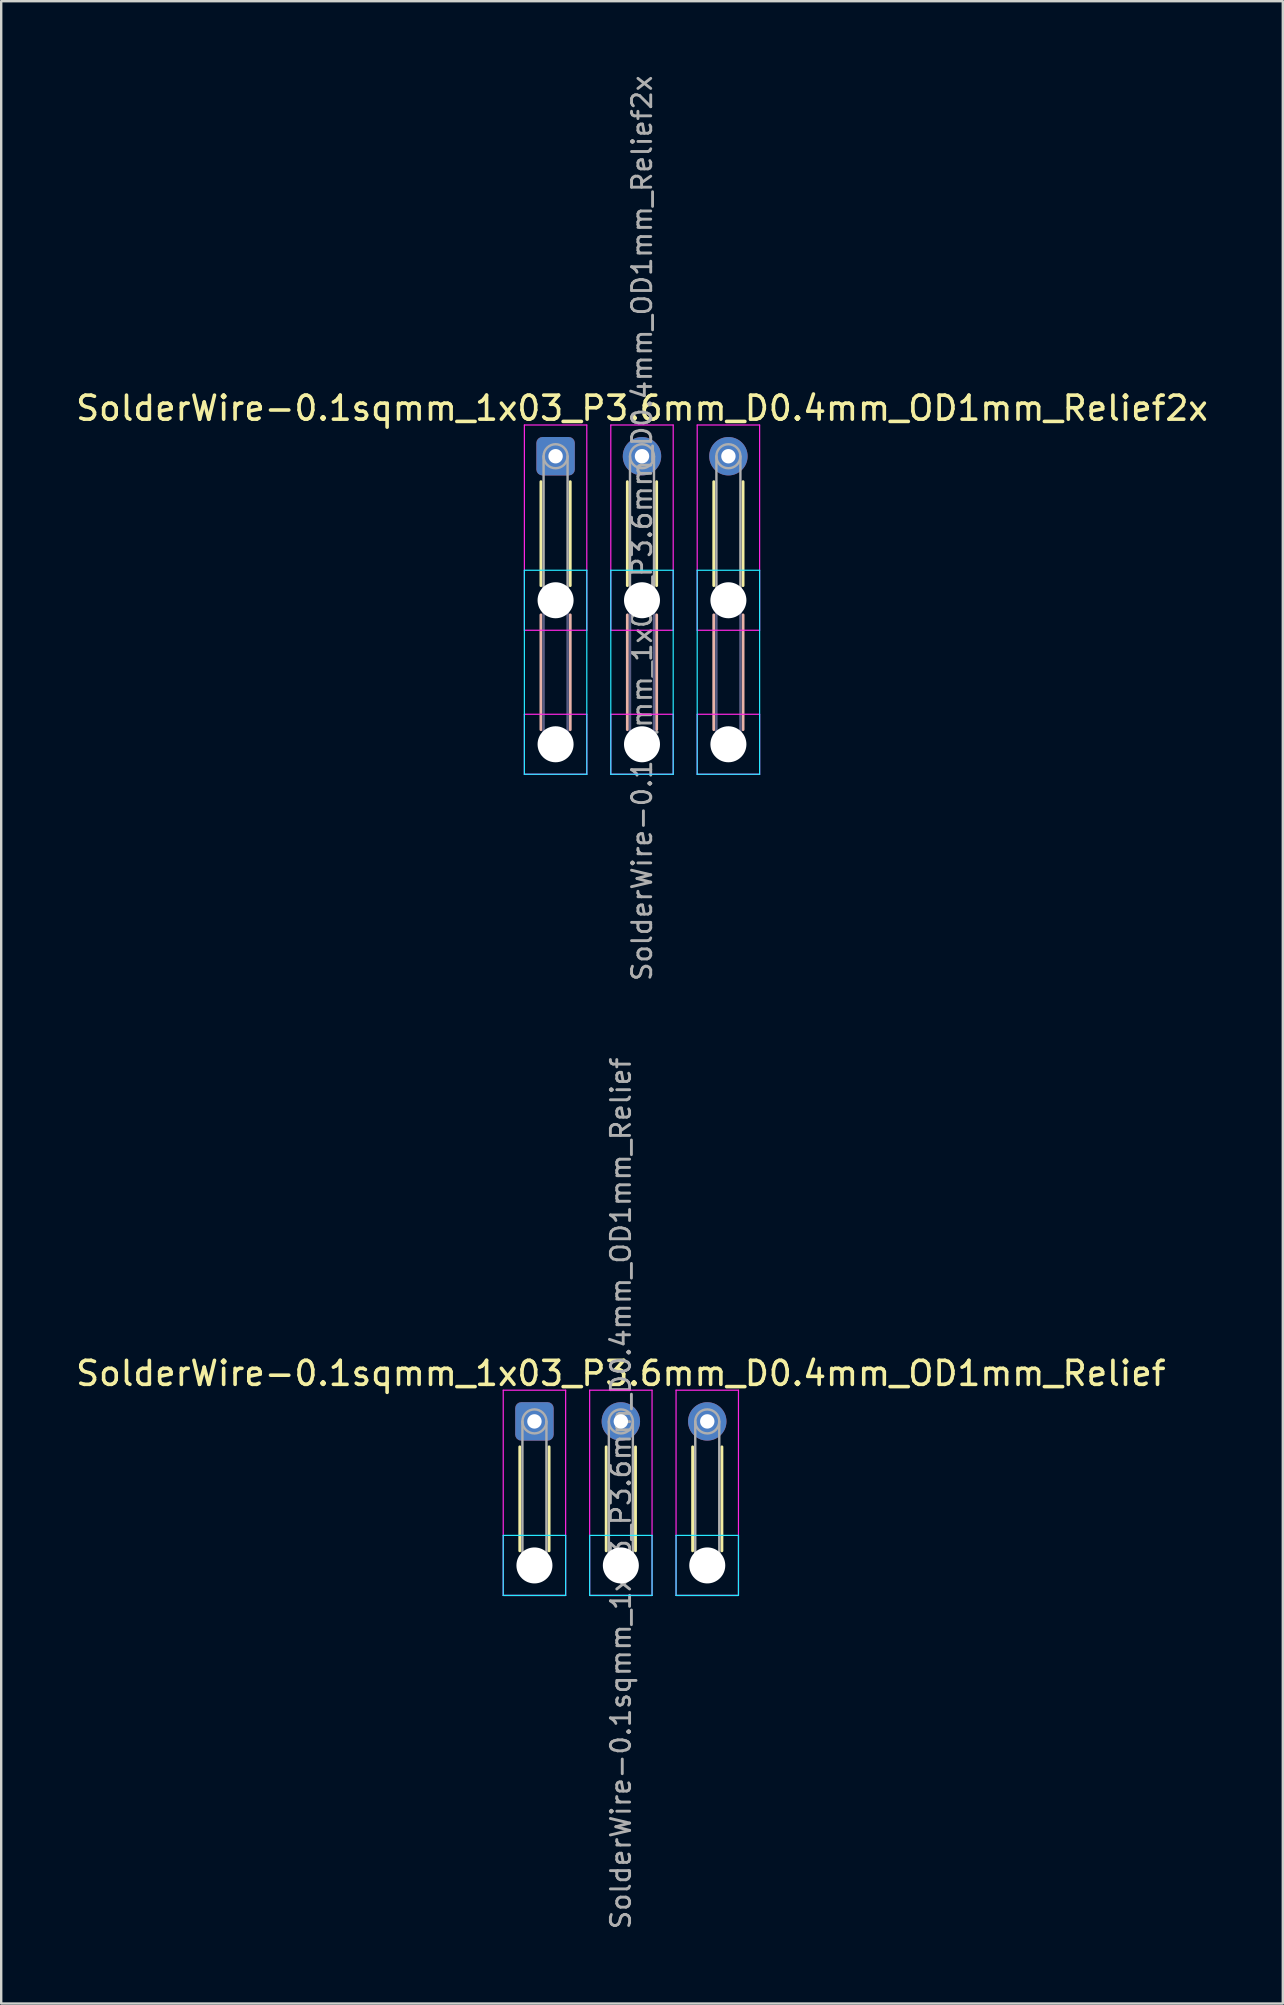
<source format=kicad_pcb>
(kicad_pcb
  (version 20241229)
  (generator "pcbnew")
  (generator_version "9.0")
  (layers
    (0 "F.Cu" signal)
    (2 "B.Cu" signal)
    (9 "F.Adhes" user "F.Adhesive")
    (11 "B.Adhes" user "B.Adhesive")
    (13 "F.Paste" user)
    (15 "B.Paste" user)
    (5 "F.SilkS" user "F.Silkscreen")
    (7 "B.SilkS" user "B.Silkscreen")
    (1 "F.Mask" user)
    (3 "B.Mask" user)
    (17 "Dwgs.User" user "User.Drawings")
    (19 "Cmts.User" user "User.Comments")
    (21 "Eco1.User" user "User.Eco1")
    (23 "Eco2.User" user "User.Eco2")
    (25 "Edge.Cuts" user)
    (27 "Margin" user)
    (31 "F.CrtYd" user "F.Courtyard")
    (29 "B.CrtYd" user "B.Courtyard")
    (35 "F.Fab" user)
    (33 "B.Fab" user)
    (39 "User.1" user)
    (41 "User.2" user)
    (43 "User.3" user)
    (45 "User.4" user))
  (footprint "SolderWire-0.1sqmm_1x03_P3.6mm_D0.4mm_OD1mm_Relief"
    (layer "F.Cu")
    (at 19.215 56.167)
    (property "Reference" "SolderWire-0.1sqmm_1x03_P3.6mm_D0.4mm_OD1mm_Relief" (at 3.6 -2 0) (layer "F.SilkS") (effects (font (size 1 1) (thickness 0.15))))
    (attr exclude_from_pos_files exclude_from_bom)
    (fp_line (start -0.61 1.06) (end -0.61 5.39) (stroke (width 0.12) (type solid)) (layer "F.SilkS"))
    (fp_line (start 0.61 1.06) (end 0.61 5.39) (stroke (width 0.12) (type solid)) (layer "F.SilkS"))
    (fp_line (start 2.99 1.06) (end 2.99 5.39) (stroke (width 0.12) (type solid)) (layer "F.SilkS"))
    (fp_line (start 4.21 1.06) (end 4.21 5.39) (stroke (width 0.12) (type solid)) (layer "F.SilkS"))
    (fp_line (start 6.59 1.06) (end 6.59 5.39) (stroke (width 0.12) (type solid)) (layer "F.SilkS"))
    (fp_line (start 7.81 1.06) (end 7.81 5.39) (stroke (width 0.12) (type solid)) (layer "F.SilkS"))
    (fp_line (start -1.3 4.75) (end -1.3 7.25) (stroke (width 0.05) (type solid)) (layer "B.CrtYd"))
    (fp_line (start -1.3 7.25) (end 1.3 7.25) (stroke (width 0.05) (type solid)) (layer "B.CrtYd"))
    (fp_line (start 1.3 4.75) (end -1.3 4.75) (stroke (width 0.05) (type solid)) (layer "B.CrtYd"))
    (fp_line (start 1.3 7.25) (end 1.3 4.75) (stroke (width 0.05) (type solid)) (layer "B.CrtYd"))
    (fp_line (start 2.3 4.75) (end 2.3 7.25) (stroke (width 0.05) (type solid)) (layer "B.CrtYd"))
    (fp_line (start 2.3 7.25) (end 4.9 7.25) (stroke (width 0.05) (type solid)) (layer "B.CrtYd"))
    (fp_line (start 4.9 4.75) (end 2.3 4.75) (stroke (width 0.05) (type solid)) (layer "B.CrtYd"))
    (fp_line (start 4.9 7.25) (end 4.9 4.75) (stroke (width 0.05) (type solid)) (layer "B.CrtYd"))
    (fp_line (start 5.9 4.75) (end 5.9 7.25) (stroke (width 0.05) (type solid)) (layer "B.CrtYd"))
    (fp_line (start 5.9 7.25) (end 8.5 7.25) (stroke (width 0.05) (type solid)) (layer "B.CrtYd"))
    (fp_line (start 8.5 4.75) (end 5.9 4.75) (stroke (width 0.05) (type solid)) (layer "B.CrtYd"))
    (fp_line (start 8.5 7.25) (end 8.5 4.75) (stroke (width 0.05) (type solid)) (layer "B.CrtYd"))
    (fp_line (start -1.3 -1.3) (end -1.3 7.25) (stroke (width 0.05) (type solid)) (layer "F.CrtYd"))
    (fp_line (start -1.3 7.25) (end 1.3 7.25) (stroke (width 0.05) (type solid)) (layer "F.CrtYd"))
    (fp_line (start 1.3 -1.3) (end -1.3 -1.3) (stroke (width 0.05) (type solid)) (layer "F.CrtYd"))
    (fp_line (start 1.3 7.25) (end 1.3 -1.3) (stroke (width 0.05) (type solid)) (layer "F.CrtYd"))
    (fp_line (start 2.3 -1.3) (end 2.3 7.25) (stroke (width 0.05) (type solid)) (layer "F.CrtYd"))
    (fp_line (start 2.3 7.25) (end 4.9 7.25) (stroke (width 0.05) (type solid)) (layer "F.CrtYd"))
    (fp_line (start 4.9 -1.3) (end 2.3 -1.3) (stroke (width 0.05) (type solid)) (layer "F.CrtYd"))
    (fp_line (start 4.9 7.25) (end 4.9 -1.3) (stroke (width 0.05) (type solid)) (layer "F.CrtYd"))
    (fp_line (start 5.9 -1.3) (end 5.9 7.25) (stroke (width 0.05) (type solid)) (layer "F.CrtYd"))
    (fp_line (start 5.9 7.25) (end 8.5 7.25) (stroke (width 0.05) (type solid)) (layer "F.CrtYd"))
    (fp_line (start 8.5 -1.3) (end 5.9 -1.3) (stroke (width 0.05) (type solid)) (layer "F.CrtYd"))
    (fp_line (start 8.5 7.25) (end 8.5 -1.3) (stroke (width 0.05) (type solid)) (layer "F.CrtYd"))
    (fp_line (start -0.5 0) (end -0.5 6) (stroke (width 0.1) (type solid)) (layer "F.Fab"))
    (fp_line (start 0.5 0) (end 0.5 6) (stroke (width 0.1) (type solid)) (layer "F.Fab"))
    (fp_line (start 3.1 0) (end 3.1 6) (stroke (width 0.1) (type solid)) (layer "F.Fab"))
    (fp_line (start 4.1 0) (end 4.1 6) (stroke (width 0.1) (type solid)) (layer "F.Fab"))
    (fp_line (start 6.7 0) (end 6.7 6) (stroke (width 0.1) (type solid)) (layer "F.Fab"))
    (fp_line (start 7.7 0) (end 7.7 6) (stroke (width 0.1) (type solid)) (layer "F.Fab"))
    (fp_circle (center 0 0) (end 0.5 0) (stroke (width 0.1) (type solid)) (fill no) (layer "F.Fab"))
    (fp_circle (center 0 6) (end 0.5 6) (stroke (width 0.1) (type solid)) (fill no) (layer "F.Fab"))
    (fp_circle (center 3.6 0) (end 4.1 0) (stroke (width 0.1) (type solid)) (fill no) (layer "F.Fab"))
    (fp_circle (center 3.6 6) (end 4.1 6) (stroke (width 0.1) (type solid)) (fill no) (layer "F.Fab"))
    (fp_circle (center 7.2 0) (end 7.7 0) (stroke (width 0.1) (type solid)) (fill no) (layer "F.Fab"))
    (fp_circle (center 7.2 6) (end 7.7 6) (stroke (width 0.1) (type solid)) (fill no) (layer "F.Fab"))
    (fp_text user "${REFERENCE}" (at 3.6 3 90) (layer "F.Fab") (effects (font (size 0.8 0.8) (thickness 0.12))))
    (pad "" np_thru_hole circle (at 0 6) (size 1.5 1.5) (drill 1.5) (layers "*.Cu" "*.Mask"))
    (pad "" np_thru_hole circle (at 3.6 6) (size 1.5 1.5) (drill 1.5) (layers "*.Cu" "*.Mask"))
    (pad "" np_thru_hole circle (at 7.2 6) (size 1.5 1.5) (drill 1.5) (layers "*.Cu" "*.Mask"))
    (pad "1" thru_hole roundrect (at 0 0) (size 1.6 1.6) (drill 0.6) (layers "*.Cu" "*.Mask") (roundrect_rratio 0.156))
    (pad "2" thru_hole circle (at 3.6 0) (size 1.6 1.6) (drill 0.6) (layers "*.Cu" "*.Mask"))
    (pad "3" thru_hole circle (at 7.2 0) (size 1.6 1.6) (drill 0.6) (layers "*.Cu" "*.Mask")))
  (footprint "SolderWire-0.1sqmm_1x03_P3.6mm_D0.4mm_OD1mm_Relief2x"
    (layer "F.Cu")
    (at 20.096 15.957)
    (property "Reference" "SolderWire-0.1sqmm_1x03_P3.6mm_D0.4mm_OD1mm_Relief2x" (at 3.6 -2 0) (layer "F.SilkS") (effects (font (size 1 1) (thickness 0.15))))
    (attr exclude_from_pos_files exclude_from_bom)
    (fp_line (start -0.61 1.06) (end -0.61 5.39) (stroke (width 0.12) (type solid)) (layer "F.SilkS"))
    (fp_line (start 0.61 1.06) (end 0.61 5.39) (stroke (width 0.12) (type solid)) (layer "F.SilkS"))
    (fp_line (start 2.99 1.06) (end 2.99 5.39) (stroke (width 0.12) (type solid)) (layer "F.SilkS"))
    (fp_line (start 4.21 1.06) (end 4.21 5.39) (stroke (width 0.12) (type solid)) (layer "F.SilkS"))
    (fp_line (start 6.59 1.06) (end 6.59 5.39) (stroke (width 0.12) (type solid)) (layer "F.SilkS"))
    (fp_line (start 7.81 1.06) (end 7.81 5.39) (stroke (width 0.12) (type solid)) (layer "F.SilkS"))
    (fp_line (start -0.61 6.61) (end -0.61 11.39) (stroke (width 0.12) (type solid)) (layer "B.SilkS"))
    (fp_line (start 0.61 6.61) (end 0.61 11.39) (stroke (width 0.12) (type solid)) (layer "B.SilkS"))
    (fp_line (start 2.99 6.61) (end 2.99 11.39) (stroke (width 0.12) (type solid)) (layer "B.SilkS"))
    (fp_line (start 4.21 6.61) (end 4.21 11.39) (stroke (width 0.12) (type solid)) (layer "B.SilkS"))
    (fp_line (start 6.59 6.61) (end 6.59 11.39) (stroke (width 0.12) (type solid)) (layer "B.SilkS"))
    (fp_line (start 7.81 6.61) (end 7.81 11.39) (stroke (width 0.12) (type solid)) (layer "B.SilkS"))
    (fp_line (start -1.3 4.75) (end -1.3 13.25) (stroke (width 0.05) (type solid)) (layer "B.CrtYd"))
    (fp_line (start -1.3 13.25) (end 1.3 13.25) (stroke (width 0.05) (type solid)) (layer "B.CrtYd"))
    (fp_line (start 1.3 4.75) (end -1.3 4.75) (stroke (width 0.05) (type solid)) (layer "B.CrtYd"))
    (fp_line (start 1.3 13.25) (end 1.3 4.75) (stroke (width 0.05) (type solid)) (layer "B.CrtYd"))
    (fp_line (start 2.3 4.75) (end 2.3 13.25) (stroke (width 0.05) (type solid)) (layer "B.CrtYd"))
    (fp_line (start 2.3 13.25) (end 4.9 13.25) (stroke (width 0.05) (type solid)) (layer "B.CrtYd"))
    (fp_line (start 4.9 4.75) (end 2.3 4.75) (stroke (width 0.05) (type solid)) (layer "B.CrtYd"))
    (fp_line (start 4.9 13.25) (end 4.9 4.75) (stroke (width 0.05) (type solid)) (layer "B.CrtYd"))
    (fp_line (start 5.9 4.75) (end 5.9 13.25) (stroke (width 0.05) (type solid)) (layer "B.CrtYd"))
    (fp_line (start 5.9 13.25) (end 8.5 13.25) (stroke (width 0.05) (type solid)) (layer "B.CrtYd"))
    (fp_line (start 8.5 4.75) (end 5.9 4.75) (stroke (width 0.05) (type solid)) (layer "B.CrtYd"))
    (fp_line (start 8.5 13.25) (end 8.5 4.75) (stroke (width 0.05) (type solid)) (layer "B.CrtYd"))
    (fp_line (start -1.3 -1.3) (end -1.3 7.25) (stroke (width 0.05) (type solid)) (layer "F.CrtYd"))
    (fp_line (start -1.3 7.25) (end 1.3 7.25) (stroke (width 0.05) (type solid)) (layer "F.CrtYd"))
    (fp_line (start -1.3 10.75) (end -1.3 13.25) (stroke (width 0.05) (type solid)) (layer "F.CrtYd"))
    (fp_line (start -1.3 13.25) (end 1.3 13.25) (stroke (width 0.05) (type solid)) (layer "F.CrtYd"))
    (fp_line (start 1.3 -1.3) (end -1.3 -1.3) (stroke (width 0.05) (type solid)) (layer "F.CrtYd"))
    (fp_line (start 1.3 7.25) (end 1.3 -1.3) (stroke (width 0.05) (type solid)) (layer "F.CrtYd"))
    (fp_line (start 1.3 10.75) (end -1.3 10.75) (stroke (width 0.05) (type solid)) (layer "F.CrtYd"))
    (fp_line (start 1.3 13.25) (end 1.3 10.75) (stroke (width 0.05) (type solid)) (layer "F.CrtYd"))
    (fp_line (start 2.3 -1.3) (end 2.3 7.25) (stroke (width 0.05) (type solid)) (layer "F.CrtYd"))
    (fp_line (start 2.3 7.25) (end 4.9 7.25) (stroke (width 0.05) (type solid)) (layer "F.CrtYd"))
    (fp_line (start 2.3 10.75) (end 2.3 13.25) (stroke (width 0.05) (type solid)) (layer "F.CrtYd"))
    (fp_line (start 2.3 13.25) (end 4.9 13.25) (stroke (width 0.05) (type solid)) (layer "F.CrtYd"))
    (fp_line (start 4.9 -1.3) (end 2.3 -1.3) (stroke (width 0.05) (type solid)) (layer "F.CrtYd"))
    (fp_line (start 4.9 7.25) (end 4.9 -1.3) (stroke (width 0.05) (type solid)) (layer "F.CrtYd"))
    (fp_line (start 4.9 10.75) (end 2.3 10.75) (stroke (width 0.05) (type solid)) (layer "F.CrtYd"))
    (fp_line (start 4.9 13.25) (end 4.9 10.75) (stroke (width 0.05) (type solid)) (layer "F.CrtYd"))
    (fp_line (start 5.9 -1.3) (end 5.9 7.25) (stroke (width 0.05) (type solid)) (layer "F.CrtYd"))
    (fp_line (start 5.9 7.25) (end 8.5 7.25) (stroke (width 0.05) (type solid)) (layer "F.CrtYd"))
    (fp_line (start 5.9 10.75) (end 5.9 13.25) (stroke (width 0.05) (type solid)) (layer "F.CrtYd"))
    (fp_line (start 5.9 13.25) (end 8.5 13.25) (stroke (width 0.05) (type solid)) (layer "F.CrtYd"))
    (fp_line (start 8.5 -1.3) (end 5.9 -1.3) (stroke (width 0.05) (type solid)) (layer "F.CrtYd"))
    (fp_line (start 8.5 7.25) (end 8.5 -1.3) (stroke (width 0.05) (type solid)) (layer "F.CrtYd"))
    (fp_line (start 8.5 10.75) (end 5.9 10.75) (stroke (width 0.05) (type solid)) (layer "F.CrtYd"))
    (fp_line (start 8.5 13.25) (end 8.5 10.75) (stroke (width 0.05) (type solid)) (layer "F.CrtYd"))
    (fp_line (start -0.5 6) (end -0.5 12) (stroke (width 0.1) (type solid)) (layer "B.Fab"))
    (fp_line (start 0.5 6) (end 0.5 12) (stroke (width 0.1) (type solid)) (layer "B.Fab"))
    (fp_line (start 3.1 6) (end 3.1 12) (stroke (width 0.1) (type solid)) (layer "B.Fab"))
    (fp_line (start 4.1 6) (end 4.1 12) (stroke (width 0.1) (type solid)) (layer "B.Fab"))
    (fp_line (start 6.7 6) (end 6.7 12) (stroke (width 0.1) (type solid)) (layer "B.Fab"))
    (fp_line (start 7.7 6) (end 7.7 12) (stroke (width 0.1) (type solid)) (layer "B.Fab"))
    (fp_circle (center 0 6) (end 0.5 6) (stroke (width 0.1) (type solid)) (fill no) (layer "B.Fab"))
    (fp_circle (center 0 12) (end 0.5 12) (stroke (width 0.1) (type solid)) (fill no) (layer "B.Fab"))
    (fp_circle (center 3.6 6) (end 4.1 6) (stroke (width 0.1) (type solid)) (fill no) (layer "B.Fab"))
    (fp_circle (center 3.6 12) (end 4.1 12) (stroke (width 0.1) (type solid)) (fill no) (layer "B.Fab"))
    (fp_circle (center 7.2 6) (end 7.7 6) (stroke (width 0.1) (type solid)) (fill no) (layer "B.Fab"))
    (fp_circle (center 7.2 12) (end 7.7 12) (stroke (width 0.1) (type solid)) (fill no) (layer "B.Fab"))
    (fp_line (start -0.5 0) (end -0.5 6) (stroke (width 0.1) (type solid)) (layer "F.Fab"))
    (fp_line (start 0.5 0) (end 0.5 6) (stroke (width 0.1) (type solid)) (layer "F.Fab"))
    (fp_line (start 3.1 0) (end 3.1 6) (stroke (width 0.1) (type solid)) (layer "F.Fab"))
    (fp_line (start 4.1 0) (end 4.1 6) (stroke (width 0.1) (type solid)) (layer "F.Fab"))
    (fp_line (start 6.7 0) (end 6.7 6) (stroke (width 0.1) (type solid)) (layer "F.Fab"))
    (fp_line (start 7.7 0) (end 7.7 6) (stroke (width 0.1) (type solid)) (layer "F.Fab"))
    (fp_circle (center 0 0) (end 0.5 0) (stroke (width 0.1) (type solid)) (fill no) (layer "F.Fab"))
    (fp_circle (center 0 6) (end 0.5 6) (stroke (width 0.1) (type solid)) (fill no) (layer "F.Fab"))
    (fp_circle (center 0 12) (end 0.5 12) (stroke (width 0.1) (type solid)) (fill no) (layer "F.Fab"))
    (fp_circle (center 3.6 0) (end 4.1 0) (stroke (width 0.1) (type solid)) (fill no) (layer "F.Fab"))
    (fp_circle (center 3.6 6) (end 4.1 6) (stroke (width 0.1) (type solid)) (fill no) (layer "F.Fab"))
    (fp_circle (center 3.6 12) (end 4.1 12) (stroke (width 0.1) (type solid)) (fill no) (layer "F.Fab"))
    (fp_circle (center 7.2 0) (end 7.7 0) (stroke (width 0.1) (type solid)) (fill no) (layer "F.Fab"))
    (fp_circle (center 7.2 6) (end 7.7 6) (stroke (width 0.1) (type solid)) (fill no) (layer "F.Fab"))
    (fp_circle (center 7.2 12) (end 7.7 12) (stroke (width 0.1) (type solid)) (fill no) (layer "F.Fab"))
    (fp_text user "${REFERENCE}" (at 3.6 3 90) (layer "F.Fab") (effects (font (size 0.8 0.8) (thickness 0.12))))
    (pad "" np_thru_hole circle (at 0 6) (size 1.5 1.5) (drill 1.5) (layers "*.Cu" "*.Mask"))
    (pad "" np_thru_hole circle (at 0 12) (size 1.5 1.5) (drill 1.5) (layers "*.Cu" "*.Mask"))
    (pad "" np_thru_hole circle (at 3.6 6) (size 1.5 1.5) (drill 1.5) (layers "*.Cu" "*.Mask"))
    (pad "" np_thru_hole circle (at 3.6 12) (size 1.5 1.5) (drill 1.5) (layers "*.Cu" "*.Mask"))
    (pad "" np_thru_hole circle (at 7.2 6) (size 1.5 1.5) (drill 1.5) (layers "*.Cu" "*.Mask"))
    (pad "" np_thru_hole circle (at 7.2 12) (size 1.5 1.5) (drill 1.5) (layers "*.Cu" "*.Mask"))
    (pad "1" thru_hole roundrect (at 0 0) (size 1.6 1.6) (drill 0.6) (layers "*.Cu" "*.Mask") (roundrect_rratio 0.156))
    (pad "2" thru_hole circle (at 3.6 0) (size 1.6 1.6) (drill 0.6) (layers "*.Cu" "*.Mask"))
    (pad "3" thru_hole circle (at 7.2 0) (size 1.6 1.6) (drill 0.6) (layers "*.Cu" "*.Mask")))
  (gr_rect
    (start -3 -3)
    (end 50.393 80.419)
    (stroke (width 0.1) (type default))
    (fill no)
    (layer "Edge.Cuts")))
</source>
